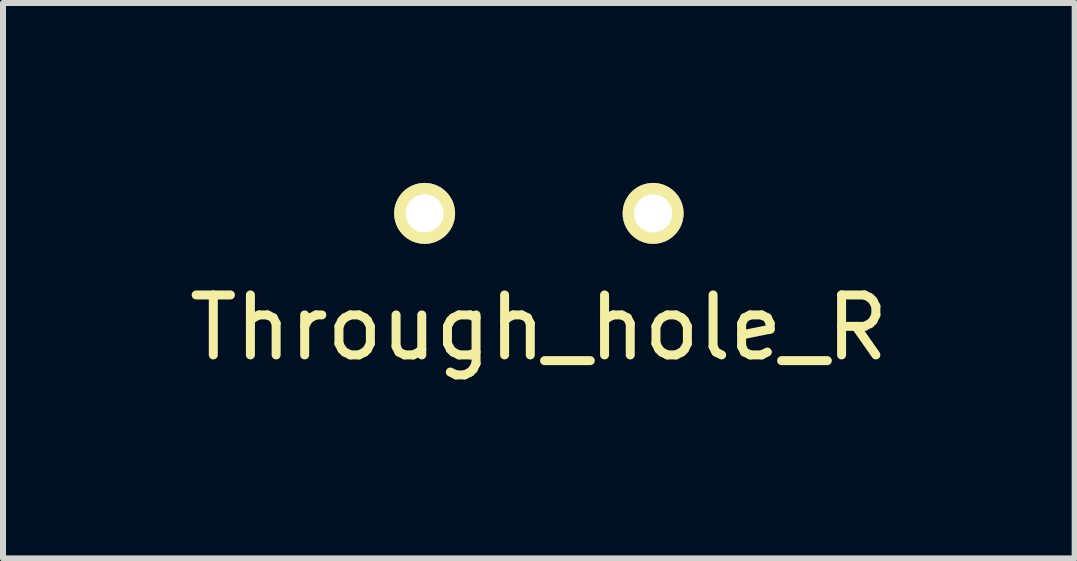
<source format=kicad_pcb>
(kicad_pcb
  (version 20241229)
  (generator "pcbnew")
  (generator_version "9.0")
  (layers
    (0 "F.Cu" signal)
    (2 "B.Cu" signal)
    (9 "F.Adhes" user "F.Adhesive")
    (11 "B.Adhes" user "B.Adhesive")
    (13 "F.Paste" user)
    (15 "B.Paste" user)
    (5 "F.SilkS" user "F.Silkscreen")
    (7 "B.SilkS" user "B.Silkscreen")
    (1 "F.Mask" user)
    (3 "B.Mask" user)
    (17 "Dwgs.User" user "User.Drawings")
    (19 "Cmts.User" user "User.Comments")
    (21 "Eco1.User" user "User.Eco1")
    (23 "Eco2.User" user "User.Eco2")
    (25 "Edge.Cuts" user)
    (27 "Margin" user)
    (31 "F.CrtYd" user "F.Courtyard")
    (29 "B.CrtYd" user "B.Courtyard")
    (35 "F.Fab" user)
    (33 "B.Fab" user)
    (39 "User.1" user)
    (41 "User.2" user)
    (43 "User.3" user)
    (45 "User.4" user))
  (footprint "Through_hole_R"
    (layer "F.Cu")
    (at 5.935 0.508)
    (property "Reference" "Through_hole_R" (at 0 1.905 0) (layer "F.SilkS") (effects (font (size 1 1) (thickness 0.15))))
    (attr through_hole)
    (pad "1" thru_hole circle (at 1.905 0) (size 1.016 1.016) (drill 0.635) (layers "*.Cu" "*.Mask" "F.SilkS"))
    (pad "2" thru_hole circle (at -1.905 0) (size 1.016 1.016) (drill 0.635) (layers "*.Cu" "*.Mask" "F.SilkS")))
  (gr_rect
    (start -3 -3)
    (end 14.869 6.261)
    (stroke (width 0.1) (type default))
    (fill no)
    (layer "Edge.Cuts")))
</source>
